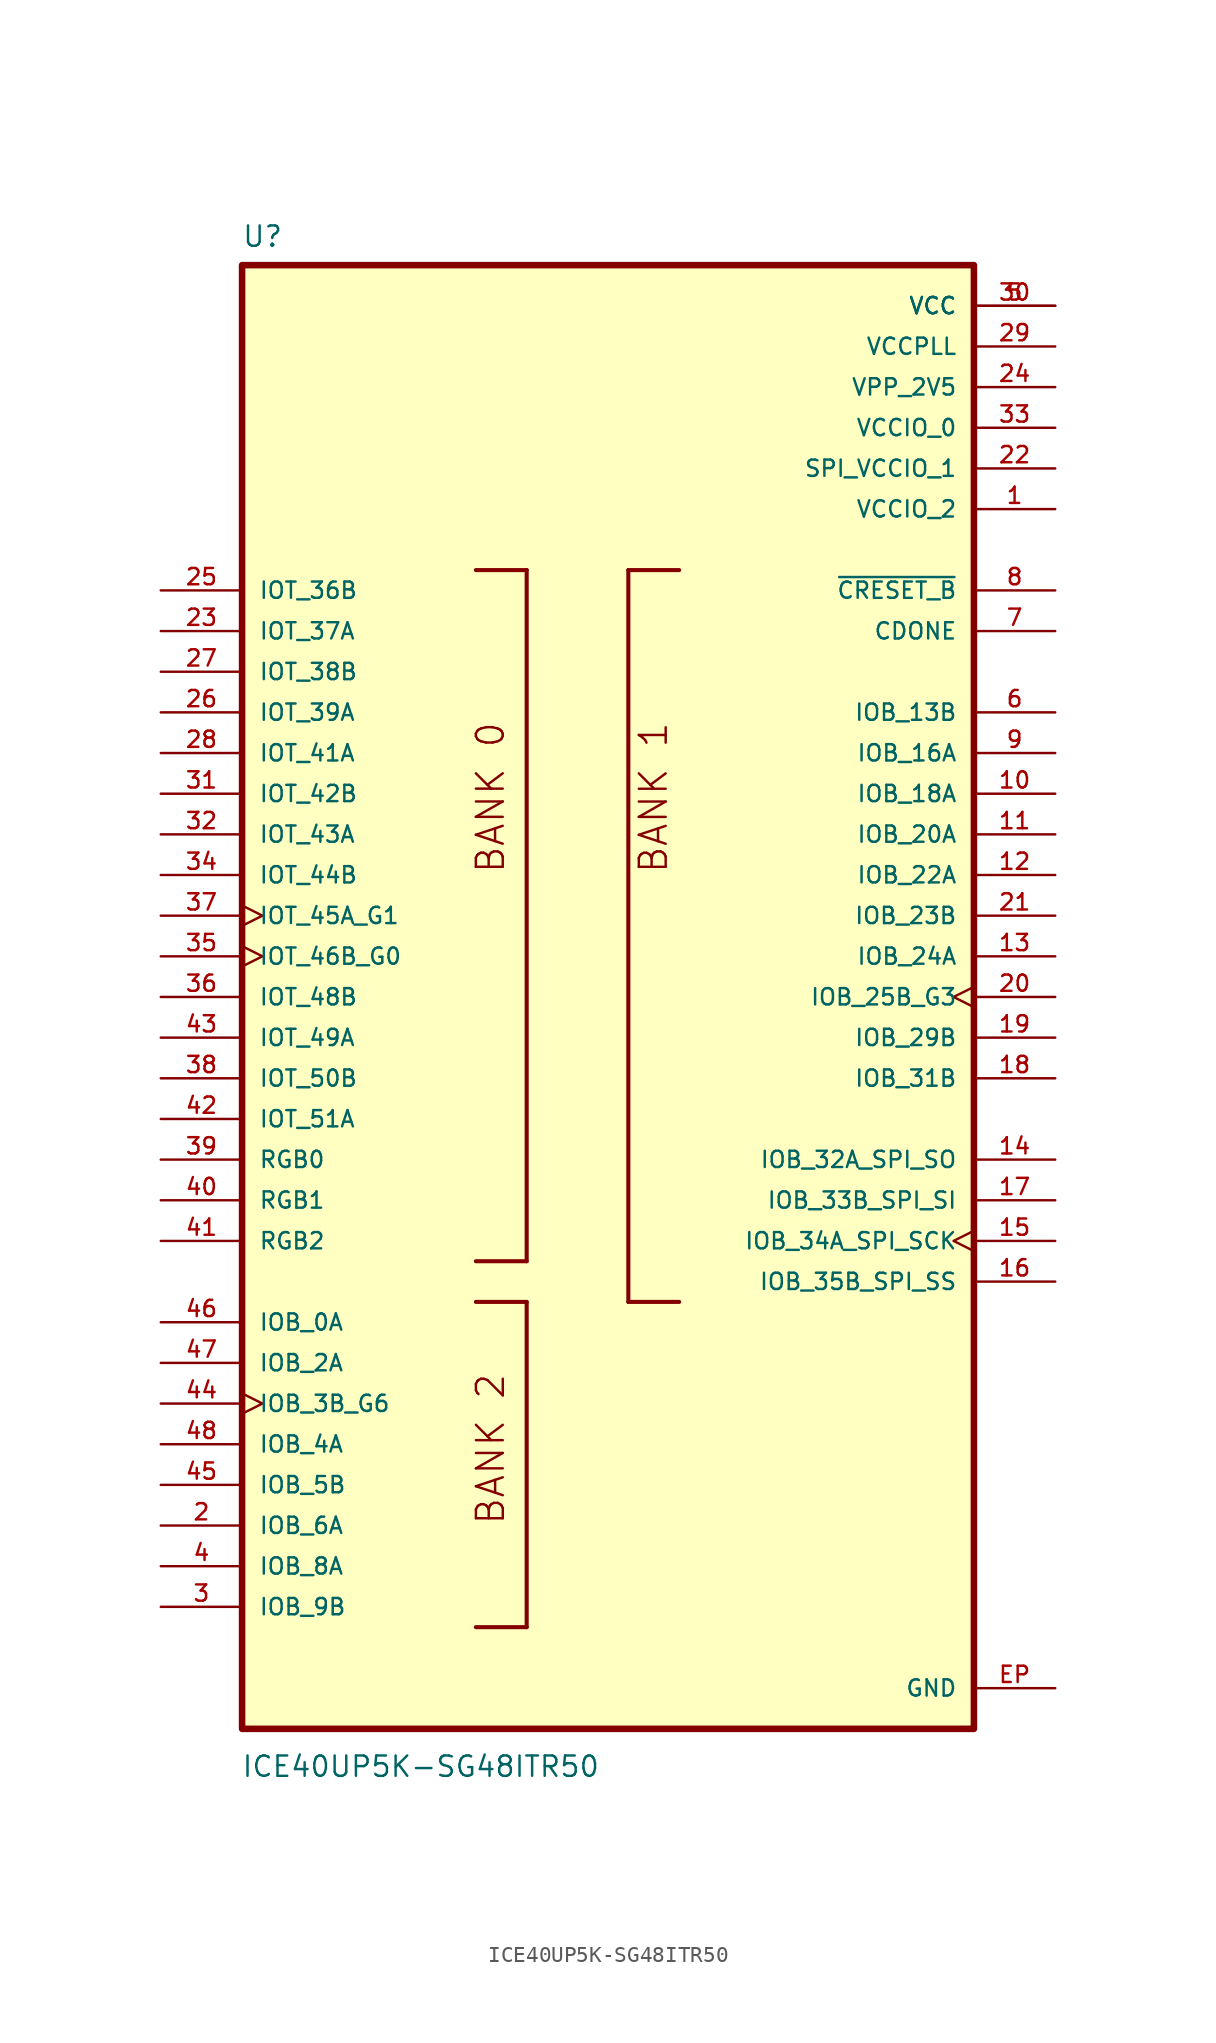
<source format=kicad_sym>
(kicad_symbol_lib
  (version 20231120)
  (generator "kicad_symbol_editor")
  (generator_version "8.0")
  (symbol "ICE40UP5K-SG48ITR50"
    (pin_names
      (offset 1.016))
    (property "Reference" "U"
      (at -22.891 46.77 0)
      (effects (font (size 1.27 1.27)) (justify left bottom)))
    (property "Value" "ICE40UP5K-SG48ITR50"
      (at -22.923 -48.818 0)
      (effects (font (size 1.27 1.27)) (justify left bottom)))
    (symbol "ICE40UP5K-SG48ITR50_0_0"
      (rectangle (start -22.86 -45.72) (end 22.86 45.72) (stroke (width 0.41) (type default)) (fill (type background)))
      (polyline (pts (xy -8.255 -19.05) (xy -5.08 -19.05)) (stroke (width 0.254) (type default)) (fill (type none)))
      (polyline (pts (xy -8.255 26.67) (xy -5.08 26.67)) (stroke (width 0.254) (type default)) (fill (type none)))
      (polyline (pts (xy -5.08 -39.37) (xy -8.255 -39.37)) (stroke (width 0.254) (type default)) (fill (type none)))
      (polyline (pts (xy -5.08 -19.05) (xy -5.08 -39.37)) (stroke (width 0.254) (type default)) (fill (type none)))
      (polyline (pts (xy -5.08 -16.51) (xy -8.255 -16.51)) (stroke (width 0.254) (type default)) (fill (type none)))
      (polyline (pts (xy -5.08 26.67) (xy -5.08 -16.51)) (stroke (width 0.254) (type default)) (fill (type none)))
      (polyline (pts (xy 1.27 -19.05) (xy 1.27 26.67)) (stroke (width 0.254) (type default)) (fill (type none)))
      (polyline (pts (xy 1.27 26.67) (xy 4.445 26.67)) (stroke (width 0.254) (type default)) (fill (type none)))
      (polyline (pts (xy 4.445 -19.05) (xy 1.27 -19.05)) (stroke (width 0.254) (type default)) (fill (type none)))
      (text "BANK 0" (at -6.362 7.635 900) (effects (font (size 1.68 1.68)) (justify left bottom)))
      (text "BANK 1" (at 3.817 7.633 900) (effects (font (size 1.679 1.679)) (justify left bottom)))
      (text "BANK 2" (at -6.359 -33.064 900) (effects (font (size 1.679 1.679)) (justify left bottom)))
      (pin power_in line (at 27.94 30.48 180) (length 5.08) (name "VCCIO_2" (effects (font (size 1.016 1.016)))) (number "1" (effects (font (size 1.016 1.016)))))
      (pin bidirectional line (at 27.94 12.7 180) (length 5.08) (name "IOB_18A" (effects (font (size 1.016 1.016)))) (number "10" (effects (font (size 1.016 1.016)))))
      (pin bidirectional line (at 27.94 10.16 180) (length 5.08) (name "IOB_20A" (effects (font (size 1.016 1.016)))) (number "11" (effects (font (size 1.016 1.016)))))
      (pin bidirectional line (at 27.94 7.62 180) (length 5.08) (name "IOB_22A" (effects (font (size 1.016 1.016)))) (number "12" (effects (font (size 1.016 1.016)))))
      (pin bidirectional line (at 27.94 2.54 180) (length 5.08) (name "IOB_24A" (effects (font (size 1.016 1.016)))) (number "13" (effects (font (size 1.016 1.016)))))
      (pin bidirectional line (at 27.94 -10.16 180) (length 5.08) (name "IOB_32A_SPI_SO" (effects (font (size 1.016 1.016)))) (number "14" (effects (font (size 1.016 1.016)))))
      (pin bidirectional clock (at 27.94 -15.24 180) (length 5.08) (name "IOB_34A_SPI_SCK" (effects (font (size 1.016 1.016)))) (number "15" (effects (font (size 1.016 1.016)))))
      (pin bidirectional line (at 27.94 -17.78 180) (length 5.08) (name "IOB_35B_SPI_SS" (effects (font (size 1.016 1.016)))) (number "16" (effects (font (size 1.016 1.016)))))
      (pin bidirectional line (at 27.94 -12.7 180) (length 5.08) (name "IOB_33B_SPI_SI" (effects (font (size 1.016 1.016)))) (number "17" (effects (font (size 1.016 1.016)))))
      (pin bidirectional line (at 27.94 -5.08 180) (length 5.08) (name "IOB_31B" (effects (font (size 1.016 1.016)))) (number "18" (effects (font (size 1.016 1.016)))))
      (pin bidirectional line (at 27.94 -2.54 180) (length 5.08) (name "IOB_29B" (effects (font (size 1.016 1.016)))) (number "19" (effects (font (size 1.016 1.016)))))
      (pin bidirectional line (at -27.94 -33.02 0) (length 5.08) (name "IOB_6A" (effects (font (size 1.016 1.016)))) (number "2" (effects (font (size 1.016 1.016)))))
      (pin bidirectional clock (at 27.94 0 180) (length 5.08) (name "IOB_25B_G3" (effects (font (size 1.016 1.016)))) (number "20" (effects (font (size 1.016 1.016)))))
      (pin bidirectional line (at 27.94 5.08 180) (length 5.08) (name "IOB_23B" (effects (font (size 1.016 1.016)))) (number "21" (effects (font (size 1.016 1.016)))))
      (pin power_in line (at 27.94 33.02 180) (length 5.08) (name "SPI_VCCIO_1" (effects (font (size 1.016 1.016)))) (number "22" (effects (font (size 1.016 1.016)))))
      (pin bidirectional line (at -27.94 22.86 0) (length 5.08) (name "IOT_37A" (effects (font (size 1.016 1.016)))) (number "23" (effects (font (size 1.016 1.016)))))
      (pin power_in line (at 27.94 38.1 180) (length 5.08) (name "VPP_2V5" (effects (font (size 1.016 1.016)))) (number "24" (effects (font (size 1.016 1.016)))))
      (pin bidirectional line (at -27.94 25.4 0) (length 5.08) (name "IOT_36B" (effects (font (size 1.016 1.016)))) (number "25" (effects (font (size 1.016 1.016)))))
      (pin bidirectional line (at -27.94 17.78 0) (length 5.08) (name "IOT_39A" (effects (font (size 1.016 1.016)))) (number "26" (effects (font (size 1.016 1.016)))))
      (pin bidirectional line (at -27.94 20.32 0) (length 5.08) (name "IOT_38B" (effects (font (size 1.016 1.016)))) (number "27" (effects (font (size 1.016 1.016)))))
      (pin bidirectional line (at -27.94 15.24 0) (length 5.08) (name "IOT_41A" (effects (font (size 1.016 1.016)))) (number "28" (effects (font (size 1.016 1.016)))))
      (pin power_in line (at 27.94 40.64 180) (length 5.08) (name "VCCPLL" (effects (font (size 1.016 1.016)))) (number "29" (effects (font (size 1.016 1.016)))))
      (pin bidirectional line (at -27.94 -38.1 0) (length 5.08) (name "IOB_9B" (effects (font (size 1.016 1.016)))) (number "3" (effects (font (size 1.016 1.016)))))
      (pin power_in line (at 27.94 43.18 180) (length 5.08) (name "VCC" (effects (font (size 1.016 1.016)))) (number "30" (effects (font (size 1.016 1.016)))))
      (pin bidirectional line (at -27.94 12.7 0) (length 5.08) (name "IOT_42B" (effects (font (size 1.016 1.016)))) (number "31" (effects (font (size 1.016 1.016)))))
      (pin bidirectional line (at -27.94 10.16 0) (length 5.08) (name "IOT_43A" (effects (font (size 1.016 1.016)))) (number "32" (effects (font (size 1.016 1.016)))))
      (pin power_in line (at 27.94 35.56 180) (length 5.08) (name "VCCIO_0" (effects (font (size 1.016 1.016)))) (number "33" (effects (font (size 1.016 1.016)))))
      (pin bidirectional line (at -27.94 7.62 0) (length 5.08) (name "IOT_44B" (effects (font (size 1.016 1.016)))) (number "34" (effects (font (size 1.016 1.016)))))
      (pin bidirectional clock (at -27.94 2.54 0) (length 5.08) (name "IOT_46B_G0" (effects (font (size 1.016 1.016)))) (number "35" (effects (font (size 1.016 1.016)))))
      (pin bidirectional line (at -27.94 0 0) (length 5.08) (name "IOT_48B" (effects (font (size 1.016 1.016)))) (number "36" (effects (font (size 1.016 1.016)))))
      (pin bidirectional clock (at -27.94 5.08 0) (length 5.08) (name "IOT_45A_G1" (effects (font (size 1.016 1.016)))) (number "37" (effects (font (size 1.016 1.016)))))
      (pin bidirectional line (at -27.94 -5.08 0) (length 5.08) (name "IOT_50B" (effects (font (size 1.016 1.016)))) (number "38" (effects (font (size 1.016 1.016)))))
      (pin bidirectional line (at -27.94 -10.16 0) (length 5.08) (name "RGB0" (effects (font (size 1.016 1.016)))) (number "39" (effects (font (size 1.016 1.016)))))
      (pin bidirectional line (at -27.94 -35.56 0) (length 5.08) (name "IOB_8A" (effects (font (size 1.016 1.016)))) (number "4" (effects (font (size 1.016 1.016)))))
      (pin bidirectional line (at -27.94 -12.7 0) (length 5.08) (name "RGB1" (effects (font (size 1.016 1.016)))) (number "40" (effects (font (size 1.016 1.016)))))
      (pin bidirectional line (at -27.94 -15.24 0) (length 5.08) (name "RGB2" (effects (font (size 1.016 1.016)))) (number "41" (effects (font (size 1.016 1.016)))))
      (pin bidirectional line (at -27.94 -7.62 0) (length 5.08) (name "IOT_51A" (effects (font (size 1.016 1.016)))) (number "42" (effects (font (size 1.016 1.016)))))
      (pin bidirectional line (at -27.94 -2.54 0) (length 5.08) (name "IOT_49A" (effects (font (size 1.016 1.016)))) (number "43" (effects (font (size 1.016 1.016)))))
      (pin bidirectional clock (at -27.94 -25.4 0) (length 5.08) (name "IOB_3B_G6" (effects (font (size 1.016 1.016)))) (number "44" (effects (font (size 1.016 1.016)))))
      (pin bidirectional line (at -27.94 -30.48 0) (length 5.08) (name "IOB_5B" (effects (font (size 1.016 1.016)))) (number "45" (effects (font (size 1.016 1.016)))))
      (pin bidirectional line (at -27.94 -20.32 0) (length 5.08) (name "IOB_0A" (effects (font (size 1.016 1.016)))) (number "46" (effects (font (size 1.016 1.016)))))
      (pin bidirectional line (at -27.94 -22.86 0) (length 5.08) (name "IOB_2A" (effects (font (size 1.016 1.016)))) (number "47" (effects (font (size 1.016 1.016)))))
      (pin bidirectional line (at -27.94 -27.94 0) (length 5.08) (name "IOB_4A" (effects (font (size 1.016 1.016)))) (number "48" (effects (font (size 1.016 1.016)))))
      (pin power_in line (at 27.94 43.18 180) (length 5.08) (name "VCC" (effects (font (size 1.016 1.016)))) (number "5" (effects (font (size 1.016 1.016)))))
      (pin bidirectional line (at 27.94 17.78 180) (length 5.08) (name "IOB_13B" (effects (font (size 1.016 1.016)))) (number "6" (effects (font (size 1.016 1.016)))))
      (pin bidirectional line (at 27.94 22.86 180) (length 5.08) (name "CDONE" (effects (font (size 1.016 1.016)))) (number "7" (effects (font (size 1.016 1.016)))))
      (pin input line (at 27.94 25.4 180) (length 5.08) (name "~{CRESET_B}" (effects (font (size 1.016 1.016)))) (number "8" (effects (font (size 1.016 1.016)))))
      (pin bidirectional line (at 27.94 15.24 180) (length 5.08) (name "IOB_16A" (effects (font (size 1.016 1.016)))) (number "9" (effects (font (size 1.016 1.016)))))
      (pin power_in line (at 27.94 -43.18 180) (length 5.08) (name "GND" (effects (font (size 1.016 1.016)))) (number "EP" (effects (font (size 1.016 1.016))))))))
</source>
